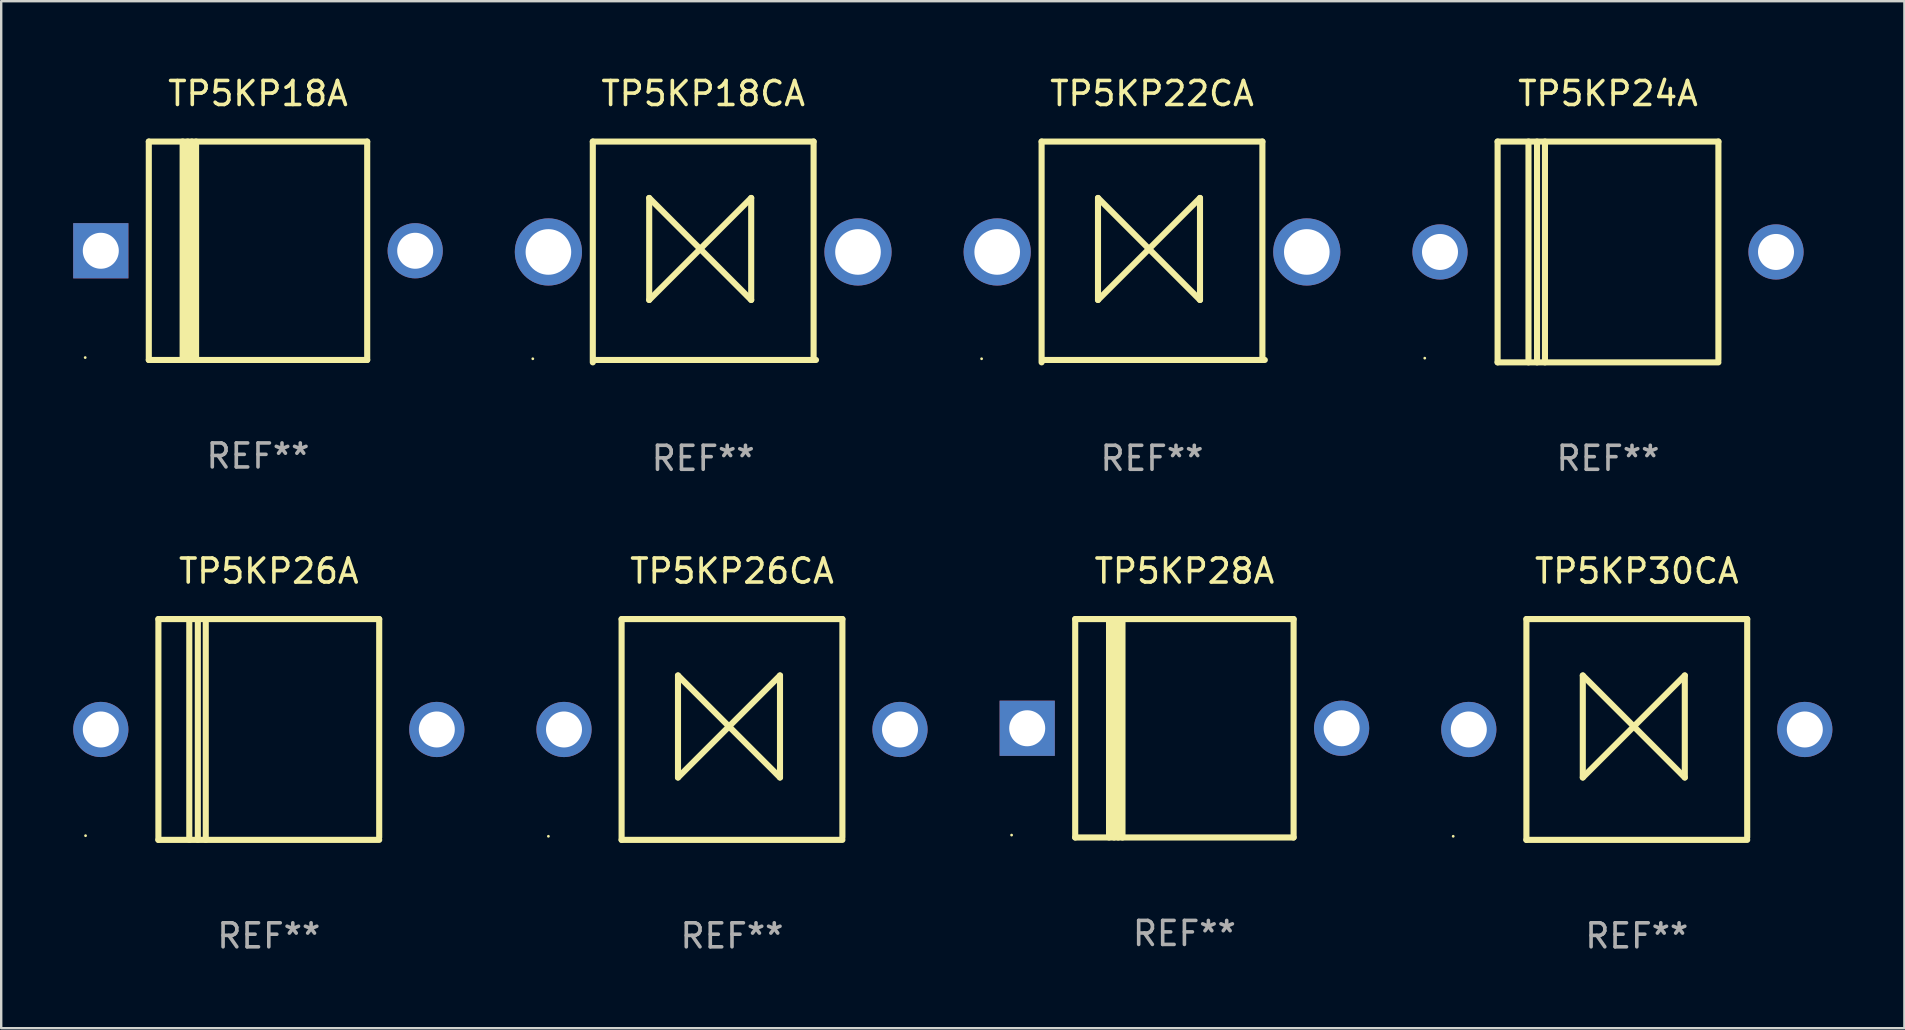
<source format=kicad_pcb>
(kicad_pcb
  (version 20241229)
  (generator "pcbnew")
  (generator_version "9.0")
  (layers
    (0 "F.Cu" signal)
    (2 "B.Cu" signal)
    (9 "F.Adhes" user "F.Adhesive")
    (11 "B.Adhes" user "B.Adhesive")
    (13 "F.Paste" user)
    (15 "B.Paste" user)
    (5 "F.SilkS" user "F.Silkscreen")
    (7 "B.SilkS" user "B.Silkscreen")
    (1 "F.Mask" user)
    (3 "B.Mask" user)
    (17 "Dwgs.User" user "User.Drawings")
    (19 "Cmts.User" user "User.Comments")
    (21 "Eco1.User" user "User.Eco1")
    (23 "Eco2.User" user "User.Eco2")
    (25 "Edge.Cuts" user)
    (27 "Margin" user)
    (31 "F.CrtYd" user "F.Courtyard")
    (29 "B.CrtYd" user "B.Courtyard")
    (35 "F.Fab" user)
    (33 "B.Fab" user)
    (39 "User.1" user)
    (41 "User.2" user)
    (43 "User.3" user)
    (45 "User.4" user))
  (footprint "TP5KP22CA"
    (layer "F.Cu")
    (at 44.95 7.448)
    (property "Reference" "TP5KP22CA" (at 0 -6.6 0) (layer "F.SilkS") (effects (font (size 1 1) (thickness 0.15))))
    (attr through_hole)
    (fp_line (start -4.6 -4.6) (end -4.6 4.6) (stroke (width 0.254) (type solid)) (layer "F.SilkS"))
    (fp_line (start -4.6 -4.6) (end 4.6 -4.6) (stroke (width 0.254) (type solid)) (layer "F.SilkS"))
    (fp_line (start -4.5 4.5) (end 4.7 4.5) (stroke (width 0.254) (type solid)) (layer "F.SilkS"))
    (fp_line (start -2.25 -2.25) (end -2.25 2) (stroke (width 0.254) (type solid)) (layer "F.SilkS"))
    (fp_line (start -2.25 2) (end 2 -2.25) (stroke (width 0.254) (type solid)) (layer "F.SilkS"))
    (fp_line (start 2 -2.25) (end 2 2) (stroke (width 0.254) (type solid)) (layer "F.SilkS"))
    (fp_line (start 2 2) (end -2.25 -2.25) (stroke (width 0.254) (type solid)) (layer "F.SilkS"))
    (fp_line (start 4.6 -4.6) (end 4.6 4.5) (stroke (width 0.254) (type solid)) (layer "F.SilkS"))
    (fp_circle (center -7.1 4.45) (end -7.07 4.45) (stroke (width 0.06) (type solid)) (fill no) (layer "F.SilkS"))
    (fp_text user "REF**" (at 0 8.6 0) (layer "F.Fab") (effects (font (size 1 1) (thickness 0.15))))
    (pad "1" thru_hole circle (at -6.45 0) (size 2.8 2.8) (drill 1.9) (layers "*.Cu" "*.Mask"))
    (pad "2" thru_hole circle (at 6.45 0) (size 2.8 2.8) (drill 1.9) (layers "*.Cu" "*.Mask")))
  (footprint "TP5KP18A"
    (layer "F.Cu")
    (at 7.7 7.399)
    (property "Reference" "TP5KP18A" (at 0 -6.551 0) (layer "F.SilkS") (effects (font (size 1 1) (thickness 0.15))))
    (attr through_hole)
    (fp_line (start -4.55 -4.55) (end -4.55 4.55) (stroke (width 0.254) (type solid)) (layer "F.SilkS"))
    (fp_line (start -4.55 -4.55) (end 4.55 -4.55) (stroke (width 0.254) (type solid)) (layer "F.SilkS"))
    (fp_line (start -3.14 4.55) (end -3.14 -4.551) (stroke (width 0.254) (type solid)) (layer "F.SilkS"))
    (fp_line (start -2.93 4.55) (end -2.93 -4.551) (stroke (width 0.254) (type solid)) (layer "F.SilkS"))
    (fp_line (start -2.759 4.551) (end -2.759 -4.55) (stroke (width 0.254) (type solid)) (layer "F.SilkS"))
    (fp_line (start -2.58 4.55) (end -2.58 -4.551) (stroke (width 0.254) (type solid)) (layer "F.SilkS"))
    (fp_line (start 4.55 4.55) (end 4.55 -4.55) (stroke (width 0.254) (type solid)) (layer "F.SilkS"))
    (fp_line (start 4.55 4.549) (end -4.55 4.549) (stroke (width 0.254) (type solid)) (layer "F.SilkS"))
    (fp_circle (center -7.2 4.45) (end -7.17 4.45) (stroke (width 0.06) (type solid)) (fill no) (layer "F.SilkS"))
    (fp_text user "REF**" (at 0 8.551 0) (layer "F.Fab") (effects (font (size 1 1) (thickness 0.15))))
    (pad "1" thru_hole rect (at -6.55 -0.000483 180) (size 2.3 2.3) (drill 1.5) (layers "*.Cu" "*.Mask"))
    (pad "2" thru_hole circle (at 6.55 -0.000483) (size 2.3 2.3) (drill 1.5) (layers "*.Cu" "*.Mask")))
  (footprint "TP5KP18CA"
    (layer "F.Cu")
    (at 26.25 7.448)
    (property "Reference" "TP5KP18CA" (at 0 -6.6 0) (layer "F.SilkS") (effects (font (size 1 1) (thickness 0.15))))
    (attr through_hole)
    (fp_line (start -4.6 -4.6) (end -4.6 4.6) (stroke (width 0.254) (type solid)) (layer "F.SilkS"))
    (fp_line (start -4.6 -4.6) (end 4.6 -4.6) (stroke (width 0.254) (type solid)) (layer "F.SilkS"))
    (fp_line (start -4.5 4.5) (end 4.7 4.5) (stroke (width 0.254) (type solid)) (layer "F.SilkS"))
    (fp_line (start -2.25 -2.25) (end -2.25 2) (stroke (width 0.254) (type solid)) (layer "F.SilkS"))
    (fp_line (start -2.25 2) (end 2 -2.25) (stroke (width 0.254) (type solid)) (layer "F.SilkS"))
    (fp_line (start 2 -2.25) (end 2 2) (stroke (width 0.254) (type solid)) (layer "F.SilkS"))
    (fp_line (start 2 2) (end -2.25 -2.25) (stroke (width 0.254) (type solid)) (layer "F.SilkS"))
    (fp_line (start 4.6 -4.6) (end 4.6 4.5) (stroke (width 0.254) (type solid)) (layer "F.SilkS"))
    (fp_circle (center -7.1 4.45) (end -7.07 4.45) (stroke (width 0.06) (type solid)) (fill no) (layer "F.SilkS"))
    (fp_text user "REF**" (at 0 8.6 0) (layer "F.Fab") (effects (font (size 1 1) (thickness 0.15))))
    (pad "1" thru_hole circle (at -6.45 0) (size 2.8 2.8) (drill 1.9) (layers "*.Cu" "*.Mask"))
    (pad "2" thru_hole circle (at 6.45 0) (size 2.8 2.8) (drill 1.9) (layers "*.Cu" "*.Mask")))
  (footprint "TP5KP24A"
    (layer "F.Cu")
    (at 63.95 7.448)
    (property "Reference" "TP5KP24A" (at 0 -6.6 0) (layer "F.SilkS") (effects (font (size 1 1) (thickness 0.15))))
    (attr through_hole)
    (fp_line (start -4.6 -4.6) (end -4.6 4.6) (stroke (width 0.254) (type solid)) (layer "F.SilkS"))
    (fp_line (start -4.6 -4.6) (end 4.6 -4.6) (stroke (width 0.254) (type solid)) (layer "F.SilkS"))
    (fp_line (start -4.6 4.6) (end 4.6 4.6) (stroke (width 0.254) (type solid)) (layer "F.SilkS"))
    (fp_line (start -3.313 -4.6) (end -3.313 4.6) (stroke (width 0.254) (type solid)) (layer "F.SilkS"))
    (fp_line (start -2.957 -4.6) (end -2.957 4.6) (stroke (width 0.254) (type solid)) (layer "F.SilkS"))
    (fp_line (start -2.627 -4.6) (end -2.627 4.6) (stroke (width 0.254) (type solid)) (layer "F.SilkS"))
    (fp_line (start 4.6 -4.6) (end 4.6 4.5) (stroke (width 0.254) (type solid)) (layer "F.SilkS"))
    (fp_circle (center -7.635 4.425) (end -7.605 4.425) (stroke (width 0.06) (type solid)) (fill no) (layer "F.SilkS"))
    (fp_text user "REF**" (at 0 8.6 0) (layer "F.Fab") (effects (font (size 1 1) (thickness 0.15))))
    (pad "1" thru_hole circle (at -7 0) (size 2.3 2.3) (drill 1.5) (layers "*.Cu" "*.Mask"))
    (pad "2" thru_hole circle (at 7 0) (size 2.3 2.3) (drill 1.5) (layers "*.Cu" "*.Mask")))
  (footprint "TP5KP26A"
    (layer "F.Cu")
    (at 8.15 27.345)
    (property "Reference" "TP5KP26A" (at 0 -6.6 0) (layer "F.SilkS") (effects (font (size 1 1) (thickness 0.15))))
    (attr through_hole)
    (fp_line (start -4.6 -4.6) (end -4.6 4.6) (stroke (width 0.254) (type solid)) (layer "F.SilkS"))
    (fp_line (start -4.6 -4.6) (end 4.6 -4.6) (stroke (width 0.254) (type solid)) (layer "F.SilkS"))
    (fp_line (start -4.6 4.6) (end 4.6 4.6) (stroke (width 0.254) (type solid)) (layer "F.SilkS"))
    (fp_line (start -3.313 -4.6) (end -3.313 4.6) (stroke (width 0.254) (type solid)) (layer "F.SilkS"))
    (fp_line (start -2.957 -4.6) (end -2.957 4.6) (stroke (width 0.254) (type solid)) (layer "F.SilkS"))
    (fp_line (start -2.627 -4.6) (end -2.627 4.6) (stroke (width 0.254) (type solid)) (layer "F.SilkS"))
    (fp_line (start 4.6 -4.6) (end 4.6 4.5) (stroke (width 0.254) (type solid)) (layer "F.SilkS"))
    (fp_circle (center -7.635 4.425) (end -7.605 4.425) (stroke (width 0.06) (type solid)) (fill no) (layer "F.SilkS"))
    (fp_text user "REF**" (at 0 8.6 0) (layer "F.Fab") (effects (font (size 1 1) (thickness 0.15))))
    (pad "1" thru_hole circle (at -7 0) (size 2.3 2.3) (drill 1.5) (layers "*.Cu" "*.Mask"))
    (pad "2" thru_hole circle (at 7 0) (size 2.3 2.3) (drill 1.5) (layers "*.Cu" "*.Mask")))
  (footprint "TP5KP30CA"
    (layer "F.Cu")
    (at 65.15 27.345)
    (property "Reference" "TP5KP30CA" (at 0 -6.6 0) (layer "F.SilkS") (effects (font (size 1 1) (thickness 0.15))))
    (attr through_hole)
    (fp_line (start -4.6 -4.6) (end -4.6 4.6) (stroke (width 0.254) (type solid)) (layer "F.SilkS"))
    (fp_line (start -4.6 -4.6) (end 4.6 -4.6) (stroke (width 0.254) (type solid)) (layer "F.SilkS"))
    (fp_line (start -4.6 4.6) (end 4.6 4.6) (stroke (width 0.254) (type solid)) (layer "F.SilkS"))
    (fp_line (start -2.25 -2.25) (end -2.25 2) (stroke (width 0.254) (type solid)) (layer "F.SilkS"))
    (fp_line (start -2.25 2) (end 2 -2.25) (stroke (width 0.254) (type solid)) (layer "F.SilkS"))
    (fp_line (start 2 -2.25) (end 2 2) (stroke (width 0.254) (type solid)) (layer "F.SilkS"))
    (fp_line (start 2 2) (end -2.25 -2.25) (stroke (width 0.254) (type solid)) (layer "F.SilkS"))
    (fp_line (start 4.6 -4.6) (end 4.6 4.5) (stroke (width 0.254) (type solid)) (layer "F.SilkS"))
    (fp_circle (center -7.65 4.45) (end -7.62 4.45) (stroke (width 0.06) (type solid)) (fill no) (layer "F.SilkS"))
    (fp_text user "REF**" (at 0 8.6 0) (layer "F.Fab") (effects (font (size 1 1) (thickness 0.15))))
    (pad "1" thru_hole circle (at -7 0) (size 2.3 2.3) (drill 1.5) (layers "*.Cu" "*.Mask"))
    (pad "2" thru_hole circle (at 7 0) (size 2.3 2.3) (drill 1.5) (layers "*.Cu" "*.Mask")))
  (footprint "TP5KP26CA"
    (layer "F.Cu")
    (at 27.45 27.345)
    (property "Reference" "TP5KP26CA" (at 0 -6.6 0) (layer "F.SilkS") (effects (font (size 1 1) (thickness 0.15))))
    (attr through_hole)
    (fp_line (start -4.6 -4.6) (end -4.6 4.6) (stroke (width 0.254) (type solid)) (layer "F.SilkS"))
    (fp_line (start -4.6 -4.6) (end 4.6 -4.6) (stroke (width 0.254) (type solid)) (layer "F.SilkS"))
    (fp_line (start -4.6 4.6) (end 4.6 4.6) (stroke (width 0.254) (type solid)) (layer "F.SilkS"))
    (fp_line (start -2.25 -2.25) (end -2.25 2) (stroke (width 0.254) (type solid)) (layer "F.SilkS"))
    (fp_line (start -2.25 2) (end 2 -2.25) (stroke (width 0.254) (type solid)) (layer "F.SilkS"))
    (fp_line (start 2 -2.25) (end 2 2) (stroke (width 0.254) (type solid)) (layer "F.SilkS"))
    (fp_line (start 2 2) (end -2.25 -2.25) (stroke (width 0.254) (type solid)) (layer "F.SilkS"))
    (fp_line (start 4.6 -4.6) (end 4.6 4.5) (stroke (width 0.254) (type solid)) (layer "F.SilkS"))
    (fp_circle (center -7.65 4.45) (end -7.62 4.45) (stroke (width 0.06) (type solid)) (fill no) (layer "F.SilkS"))
    (fp_text user "REF**" (at 0 8.6 0) (layer "F.Fab") (effects (font (size 1 1) (thickness 0.15))))
    (pad "1" thru_hole circle (at -7 0) (size 2.3 2.3) (drill 1.5) (layers "*.Cu" "*.Mask"))
    (pad "2" thru_hole circle (at 7 0) (size 2.3 2.3) (drill 1.5) (layers "*.Cu" "*.Mask")))
  (footprint "TP5KP28A"
    (layer "F.Cu")
    (at 46.3 27.295)
    (property "Reference" "TP5KP28A" (at 0 -6.551 0) (layer "F.SilkS") (effects (font (size 1 1) (thickness 0.15))))
    (attr through_hole)
    (fp_line (start -4.55 -4.55) (end -4.55 4.55) (stroke (width 0.254) (type solid)) (layer "F.SilkS"))
    (fp_line (start -4.55 -4.55) (end 4.55 -4.55) (stroke (width 0.254) (type solid)) (layer "F.SilkS"))
    (fp_line (start -3.14 4.55) (end -3.14 -4.551) (stroke (width 0.254) (type solid)) (layer "F.SilkS"))
    (fp_line (start -2.93 4.55) (end -2.93 -4.551) (stroke (width 0.254) (type solid)) (layer "F.SilkS"))
    (fp_line (start -2.759 4.551) (end -2.759 -4.55) (stroke (width 0.254) (type solid)) (layer "F.SilkS"))
    (fp_line (start -2.58 4.55) (end -2.58 -4.551) (stroke (width 0.254) (type solid)) (layer "F.SilkS"))
    (fp_line (start 4.55 4.55) (end 4.55 -4.55) (stroke (width 0.254) (type solid)) (layer "F.SilkS"))
    (fp_line (start 4.55 4.549) (end -4.55 4.549) (stroke (width 0.254) (type solid)) (layer "F.SilkS"))
    (fp_circle (center -7.2 4.45) (end -7.17 4.45) (stroke (width 0.06) (type solid)) (fill no) (layer "F.SilkS"))
    (fp_text user "REF**" (at 0 8.551 0) (layer "F.Fab") (effects (font (size 1 1) (thickness 0.15))))
    (pad "1" thru_hole rect (at -6.55 -0.000483 180) (size 2.3 2.3) (drill 1.5) (layers "*.Cu" "*.Mask"))
    (pad "2" thru_hole circle (at 6.55 -0.000483) (size 2.3 2.3) (drill 1.5) (layers "*.Cu" "*.Mask")))
  (gr_rect
    (start -3 -3)
    (end 76.3 39.793)
    (stroke (width 0.1) (type default))
    (fill no)
    (layer "Edge.Cuts")))
</source>
